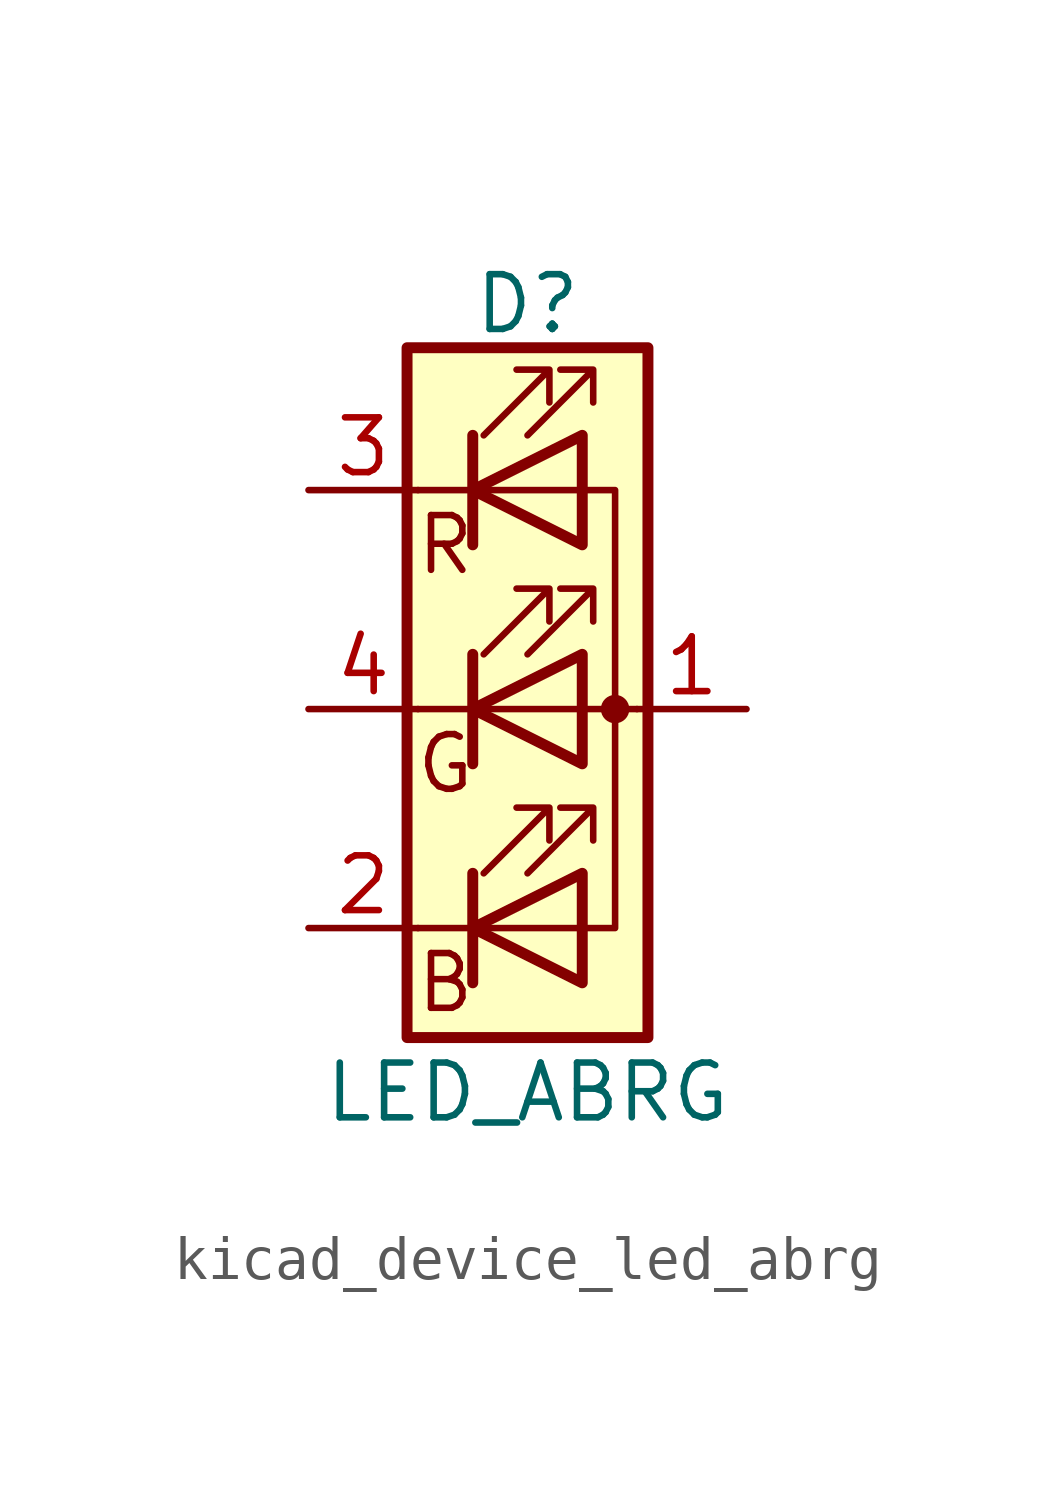
<source format=kicad_sym>
(kicad_symbol_lib
  (version 20220914)
  (generator kicad_symbol_editor)
  (symbol "kicad_device_led_abrg"
    (pin_names
      (offset 0) hide)
    (property "Reference" "D"
      (at 0 9.398 0)
      (effects (font (size 1.27 1.27))))
    (property "Value" "LED_ABRG"
      (at 0 -8.89 0)
      (effects (font (size 1.27 1.27))))
    (symbol "kicad_device_led_abrg_0_0"
      (text "B" (at -1.905 -6.35 0) (effects (font (size 1.27 1.27))))
      (text "G" (at -1.905 -1.27 0) (effects (font (size 1.27 1.27))))
      (text "R" (at -1.905 3.81 0) (effects (font (size 1.27 1.27)))))
    (symbol "kicad_device_led_abrg_0_1"
      (polyline (pts (xy -1.27 -5.08) (xy -2.54 -5.08)) (stroke (width 0) (type default)) (fill (type none)))
      (polyline (pts (xy -1.27 -5.08) (xy 1.27 -5.08)) (stroke (width 0) (type default)) (fill (type none)))
      (polyline (pts (xy -1.27 -3.81) (xy -1.27 -6.35)) (stroke (width 0.254) (type default)) (fill (type none)))
      (polyline (pts (xy -1.27 0) (xy -2.54 0)) (stroke (width 0) (type default)) (fill (type none)))
      (polyline (pts (xy -1.27 1.27) (xy -1.27 -1.27)) (stroke (width 0.254) (type default)) (fill (type none)))
      (polyline (pts (xy -1.27 5.08) (xy -2.54 5.08)) (stroke (width 0) (type default)) (fill (type none)))
      (polyline (pts (xy -1.27 5.08) (xy 1.27 5.08)) (stroke (width 0) (type default)) (fill (type none)))
      (polyline (pts (xy -1.27 6.35) (xy -1.27 3.81)) (stroke (width 0.254) (type default)) (fill (type none)))
      (polyline (pts (xy 1.27 0) (xy -1.27 0)) (stroke (width 0) (type default)) (fill (type none)))
      (polyline (pts (xy 1.27 0) (xy 2.54 0)) (stroke (width 0) (type default)) (fill (type none)))
      (polyline (pts (xy -1.27 1.27) (xy -1.27 -1.27) (xy -1.27 -1.27)) (stroke (width 0) (type default)) (fill (type none)))
      (polyline (pts (xy -1.27 6.35) (xy -1.27 3.81) (xy -1.27 3.81)) (stroke (width 0) (type default)) (fill (type none)))
      (polyline (pts (xy 1.27 -5.08) (xy 2.032 -5.08) (xy 2.032 5.08) (xy 1.27 5.08)) (stroke (width 0) (type default)) (fill (type none)))
      (polyline (pts (xy 1.27 -3.81) (xy 1.27 -6.35) (xy -1.27 -5.08) (xy 1.27 -3.81)) (stroke (width 0.254) (type default)) (fill (type none)))
      (polyline (pts (xy 1.27 1.27) (xy 1.27 -1.27) (xy -1.27 0) (xy 1.27 1.27)) (stroke (width 0.254) (type default)) (fill (type none)))
      (polyline (pts (xy 1.27 6.35) (xy 1.27 3.81) (xy -1.27 5.08) (xy 1.27 6.35)) (stroke (width 0.254) (type default)) (fill (type none)))
      (polyline (pts (xy -1.016 -3.81) (xy 0.508 -2.286) (xy -0.254 -2.286) (xy 0.508 -2.286) (xy 0.508 -3.048)) (stroke (width 0) (type default)) (fill (type none)))
      (polyline (pts (xy -1.016 1.27) (xy 0.508 2.794) (xy -0.254 2.794) (xy 0.508 2.794) (xy 0.508 2.032)) (stroke (width 0) (type default)) (fill (type none)))
      (polyline (pts (xy -1.016 6.35) (xy 0.508 7.874) (xy -0.254 7.874) (xy 0.508 7.874) (xy 0.508 7.112)) (stroke (width 0) (type default)) (fill (type none)))
      (polyline (pts (xy 0 -3.81) (xy 1.524 -2.286) (xy 0.762 -2.286) (xy 1.524 -2.286) (xy 1.524 -3.048)) (stroke (width 0) (type default)) (fill (type none)))
      (polyline (pts (xy 0 1.27) (xy 1.524 2.794) (xy 0.762 2.794) (xy 1.524 2.794) (xy 1.524 2.032)) (stroke (width 0) (type default)) (fill (type none)))
      (polyline (pts (xy 0 6.35) (xy 1.524 7.874) (xy 0.762 7.874) (xy 1.524 7.874) (xy 1.524 7.112)) (stroke (width 0) (type default)) (fill (type none)))
      (rectangle (start 1.27 -1.27) (end 1.27 1.27) (stroke (width 0) (type default)) (fill (type none)))
      (rectangle (start 1.27 1.27) (end 1.27 1.27) (stroke (width 0) (type default)) (fill (type none)))
      (rectangle (start 1.27 3.81) (end 1.27 6.35) (stroke (width 0) (type default)) (fill (type none)))
      (rectangle (start 1.27 6.35) (end 1.27 6.35) (stroke (width 0) (type default)) (fill (type none)))
      (circle (center 2.032 0) (radius 0.254) (stroke (width 0) (type default)) (fill (type outline)))
      (rectangle (start 2.794 8.382) (end -2.794 -7.62) (stroke (width 0.254) (type default)) (fill (type background))))
    (symbol "kicad_device_led_abrg_1_1"
      (pin passive line (at 5.08 0 180) (length 2.54) (name "A" (effects (font (size 1.27 1.27)))) (number "1" (effects (font (size 1.27 1.27)))))
      (pin passive line (at -5.08 -5.08 0) (length 2.54) (name "BK" (effects (font (size 1.27 1.27)))) (number "2" (effects (font (size 1.27 1.27)))))
      (pin passive line (at -5.08 5.08 0) (length 2.54) (name "RK" (effects (font (size 1.27 1.27)))) (number "3" (effects (font (size 1.27 1.27)))))
      (pin passive line (at -5.08 0 0) (length 2.54) (name "GK" (effects (font (size 1.27 1.27)))) (number "4" (effects (font (size 1.27 1.27))))))))
</source>
